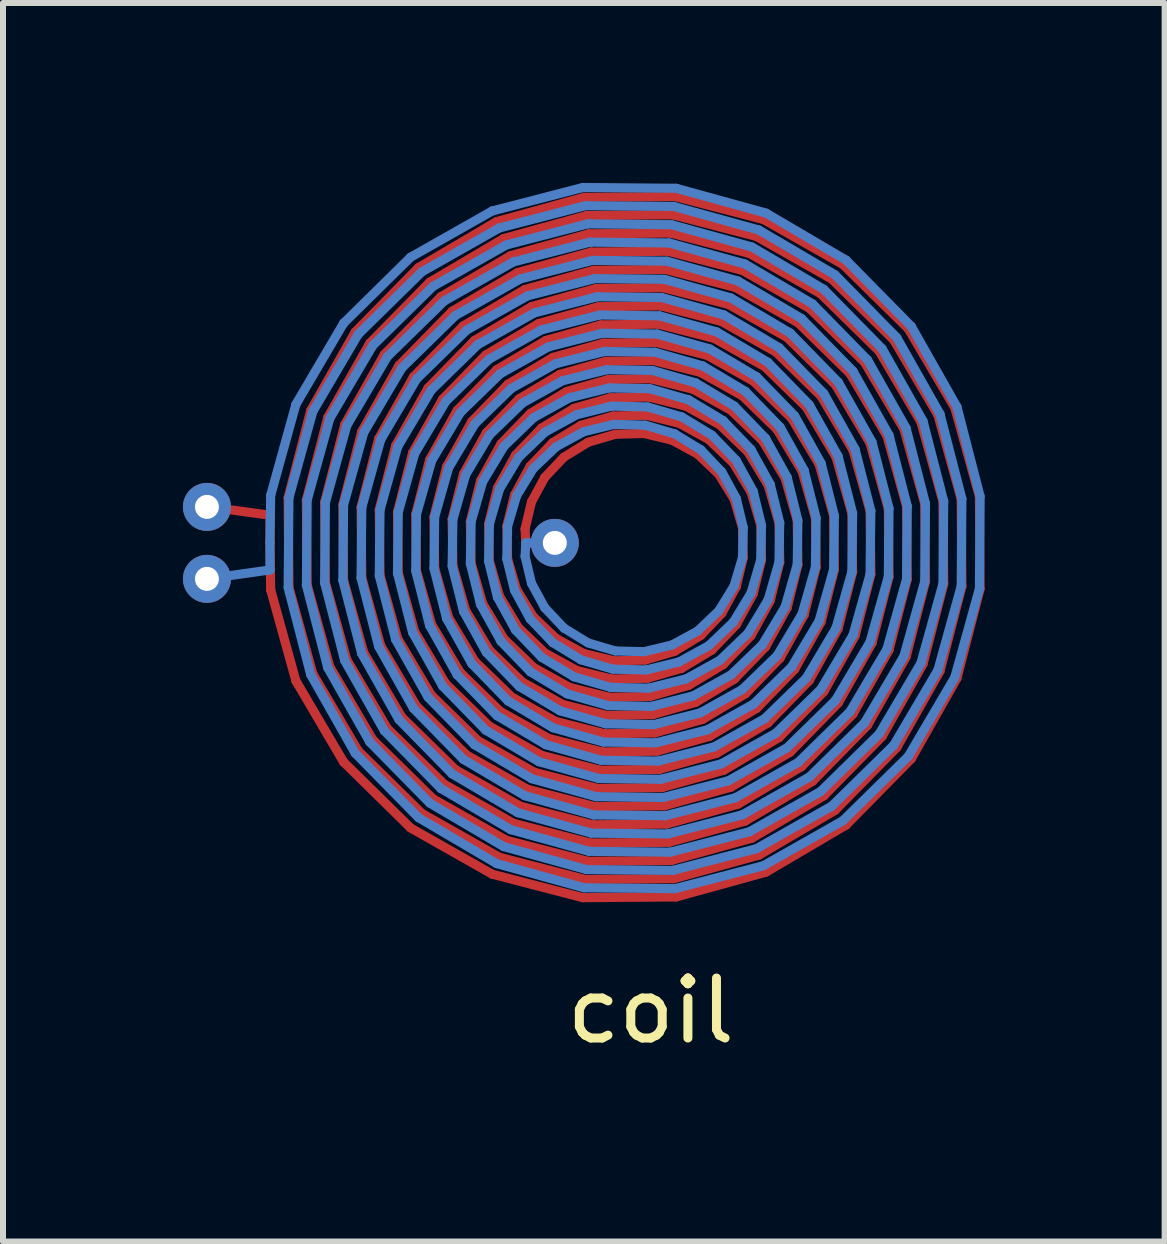
<source format=kicad_pcb>
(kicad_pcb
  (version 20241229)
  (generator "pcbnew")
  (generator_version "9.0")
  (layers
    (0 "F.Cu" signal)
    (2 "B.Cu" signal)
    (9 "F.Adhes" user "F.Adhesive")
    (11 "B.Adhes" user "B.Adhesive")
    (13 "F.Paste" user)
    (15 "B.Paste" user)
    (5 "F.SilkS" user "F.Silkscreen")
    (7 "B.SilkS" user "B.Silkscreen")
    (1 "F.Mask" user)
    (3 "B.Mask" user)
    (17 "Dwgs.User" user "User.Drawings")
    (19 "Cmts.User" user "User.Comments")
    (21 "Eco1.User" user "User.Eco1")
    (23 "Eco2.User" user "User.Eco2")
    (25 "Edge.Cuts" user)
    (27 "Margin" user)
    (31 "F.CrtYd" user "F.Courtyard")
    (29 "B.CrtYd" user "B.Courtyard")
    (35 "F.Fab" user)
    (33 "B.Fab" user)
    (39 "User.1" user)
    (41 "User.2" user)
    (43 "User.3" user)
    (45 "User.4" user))
  (footprint "coil"
    (layer "F.Cu")
    (at 7.5 6.001)
    (property "Reference" "coil" (at 0.3 7.8 0) (layer "F.SilkS") (effects (font (size 1 1) (thickness 0.15))))
    (attr exclude_from_pos_files exclude_from_bom)
    (fp_line (start -6.84 -0.57) (end -6.049 -0.461) (stroke (width 0.152) (type solid)) (layer "F.Cu"))
    (fp_line (start -6.049 -0.005) (end -6.049 -0.461) (stroke (width 0.152) (type solid)) (layer "F.Cu"))
    (fp_line (start -6.049 -0.005) (end -6.037 0.783) (stroke (width 0.152) (type solid)) (layer "F.Cu"))
    (fp_line (start -6.037 0.783) (end -5.617 2.3) (stroke (width 0.152) (type solid)) (layer "F.Cu"))
    (fp_line (start -5.746 -0.754) (end -5.733 0.743) (stroke (width 0.152) (type solid)) (layer "F.Cu"))
    (fp_line (start -5.733 0.743) (end -5.334 2.183) (stroke (width 0.152) (type solid)) (layer "F.Cu"))
    (fp_line (start -5.617 2.3) (end -4.821 3.654) (stroke (width 0.152) (type solid)) (layer "F.Cu"))
    (fp_line (start -5.442 -0.714) (end -5.429 0.703) (stroke (width 0.152) (type solid)) (layer "F.Cu"))
    (fp_line (start -5.429 0.703) (end -5.051 2.065) (stroke (width 0.152) (type solid)) (layer "F.Cu"))
    (fp_line (start -5.37 -2.207) (end -5.746 -0.754) (stroke (width 0.152) (type solid)) (layer "F.Cu"))
    (fp_line (start -5.334 2.183) (end -4.578 3.467) (stroke (width 0.152) (type solid)) (layer "F.Cu"))
    (fp_line (start -5.138 -0.674) (end -5.125 0.663) (stroke (width 0.152) (type solid)) (layer "F.Cu"))
    (fp_line (start -5.125 0.663) (end -4.768 1.948) (stroke (width 0.152) (type solid)) (layer "F.Cu"))
    (fp_line (start -5.086 -2.09) (end -5.442 -0.714) (stroke (width 0.152) (type solid)) (layer "F.Cu"))
    (fp_line (start -5.051 2.065) (end -4.335 3.281) (stroke (width 0.152) (type solid)) (layer "F.Cu"))
    (fp_line (start -4.834 -0.634) (end -4.822 0.623) (stroke (width 0.152) (type solid)) (layer "F.Cu"))
    (fp_line (start -4.822 0.623) (end -4.485 1.831) (stroke (width 0.152) (type solid)) (layer "F.Cu"))
    (fp_line (start -4.821 3.654) (end -3.704 4.753) (stroke (width 0.152) (type solid)) (layer "F.Cu"))
    (fp_line (start -4.803 -1.972) (end -5.138 -0.674) (stroke (width 0.152) (type solid)) (layer "F.Cu"))
    (fp_line (start -4.768 1.948) (end -4.092 3.094) (stroke (width 0.152) (type solid)) (layer "F.Cu"))
    (fp_line (start -4.628 -3.516) (end -5.37 -2.207) (stroke (width 0.152) (type solid)) (layer "F.Cu"))
    (fp_line (start -4.578 3.467) (end -3.517 4.51) (stroke (width 0.152) (type solid)) (layer "F.Cu"))
    (fp_line (start -4.53 -0.594) (end -4.518 0.583) (stroke (width 0.152) (type solid)) (layer "F.Cu"))
    (fp_line (start -4.52 -1.855) (end -4.834 -0.634) (stroke (width 0.152) (type solid)) (layer "F.Cu"))
    (fp_line (start -4.518 0.583) (end -4.202 1.714) (stroke (width 0.152) (type solid)) (layer "F.Cu"))
    (fp_line (start -4.485 1.831) (end -3.849 2.908) (stroke (width 0.152) (type solid)) (layer "F.Cu"))
    (fp_line (start -4.385 -3.329) (end -5.086 -2.09) (stroke (width 0.152) (type solid)) (layer "F.Cu"))
    (fp_line (start -4.335 3.281) (end -3.331 4.267) (stroke (width 0.152) (type solid)) (layer "F.Cu"))
    (fp_line (start -4.237 -1.738) (end -4.53 -0.594) (stroke (width 0.152) (type solid)) (layer "F.Cu"))
    (fp_line (start -4.227 -0.554) (end -4.214 0.543) (stroke (width 0.152) (type solid)) (layer "F.Cu"))
    (fp_line (start -4.214 0.543) (end -3.919 1.596) (stroke (width 0.152) (type solid)) (layer "F.Cu"))
    (fp_line (start -4.202 1.714) (end -3.606 2.721) (stroke (width 0.152) (type solid)) (layer "F.Cu"))
    (fp_line (start -4.142 -3.143) (end -4.803 -1.972) (stroke (width 0.152) (type solid)) (layer "F.Cu"))
    (fp_line (start -4.092 3.094) (end -3.144 4.024) (stroke (width 0.152) (type solid)) (layer "F.Cu"))
    (fp_line (start -3.954 -1.621) (end -4.227 -0.554) (stroke (width 0.152) (type solid)) (layer "F.Cu"))
    (fp_line (start -3.923 -0.514) (end -3.91 0.503) (stroke (width 0.152) (type solid)) (layer "F.Cu"))
    (fp_line (start -3.919 1.596) (end -3.362 2.534) (stroke (width 0.152) (type solid)) (layer "F.Cu"))
    (fp_line (start -3.91 0.503) (end -3.636 1.479) (stroke (width 0.152) (type solid)) (layer "F.Cu"))
    (fp_line (start -3.899 -2.956) (end -4.52 -1.855) (stroke (width 0.152) (type solid)) (layer "F.Cu"))
    (fp_line (start -3.849 2.908) (end -2.958 3.78) (stroke (width 0.152) (type solid)) (layer "F.Cu"))
    (fp_line (start -3.704 4.753) (end -2.343 5.524) (stroke (width 0.152) (type solid)) (layer "F.Cu"))
    (fp_line (start -3.671 -1.503) (end -3.923 -0.514) (stroke (width 0.152) (type solid)) (layer "F.Cu"))
    (fp_line (start -3.656 -2.769) (end -4.237 -1.738) (stroke (width 0.152) (type solid)) (layer "F.Cu"))
    (fp_line (start -3.636 1.479) (end -3.119 2.348) (stroke (width 0.152) (type solid)) (layer "F.Cu"))
    (fp_line (start -3.619 -0.474) (end -3.607 0.463) (stroke (width 0.152) (type solid)) (layer "F.Cu"))
    (fp_line (start -3.607 0.463) (end -3.353 1.362) (stroke (width 0.152) (type solid)) (layer "F.Cu"))
    (fp_line (start -3.606 2.721) (end -2.771 3.537) (stroke (width 0.152) (type solid)) (layer "F.Cu"))
    (fp_line (start -3.572 -4.59) (end -4.628 -3.516) (stroke (width 0.152) (type solid)) (layer "F.Cu"))
    (fp_line (start -3.517 4.51) (end -2.226 5.241) (stroke (width 0.152) (type solid)) (layer "F.Cu"))
    (fp_line (start -3.413 -2.583) (end -3.954 -1.621) (stroke (width 0.152) (type solid)) (layer "F.Cu"))
    (fp_line (start -3.388 -1.386) (end -3.619 -0.474) (stroke (width 0.152) (type solid)) (layer "F.Cu"))
    (fp_line (start -3.385 -4.347) (end -4.385 -3.329) (stroke (width 0.152) (type solid)) (layer "F.Cu"))
    (fp_line (start -3.362 2.534) (end -2.585 3.294) (stroke (width 0.152) (type solid)) (layer "F.Cu"))
    (fp_line (start -3.353 1.362) (end -2.876 2.161) (stroke (width 0.152) (type solid)) (layer "F.Cu"))
    (fp_line (start -3.331 4.267) (end -2.109 4.958) (stroke (width 0.152) (type solid)) (layer "F.Cu"))
    (fp_line (start -3.315 -0.434) (end -3.303 0.423) (stroke (width 0.152) (type solid)) (layer "F.Cu"))
    (fp_line (start -3.303 0.423) (end -3.07 1.245) (stroke (width 0.152) (type solid)) (layer "F.Cu"))
    (fp_line (start -3.199 -4.104) (end -4.142 -3.143) (stroke (width 0.152) (type solid)) (layer "F.Cu"))
    (fp_line (start -3.17 -2.397) (end -3.671 -1.503) (stroke (width 0.152) (type solid)) (layer "F.Cu"))
    (fp_line (start -3.144 4.024) (end -1.991 4.675) (stroke (width 0.152) (type solid)) (layer "F.Cu"))
    (fp_line (start -3.119 2.348) (end -2.398 3.051) (stroke (width 0.152) (type solid)) (layer "F.Cu"))
    (fp_line (start -3.105 -1.269) (end -3.315 -0.434) (stroke (width 0.152) (type solid)) (layer "F.Cu"))
    (fp_line (start -3.07 1.245) (end -2.633 1.975) (stroke (width 0.152) (type solid)) (layer "F.Cu"))
    (fp_line (start -3.012 -3.861) (end -3.899 -2.956) (stroke (width 0.152) (type solid)) (layer "F.Cu"))
    (fp_line (start -3.012 -0.394) (end -2.999 0.383) (stroke (width 0.152) (type solid)) (layer "F.Cu"))
    (fp_line (start -2.999 0.383) (end -2.786 1.127) (stroke (width 0.152) (type solid)) (layer "F.Cu"))
    (fp_line (start -2.958 3.78) (end -1.874 4.391) (stroke (width 0.152) (type solid)) (layer "F.Cu"))
    (fp_line (start -2.927 -2.21) (end -3.388 -1.386) (stroke (width 0.152) (type solid)) (layer "F.Cu"))
    (fp_line (start -2.876 2.161) (end -2.212 2.808) (stroke (width 0.152) (type solid)) (layer "F.Cu"))
    (fp_line (start -2.826 -3.618) (end -3.656 -2.769) (stroke (width 0.152) (type solid)) (layer "F.Cu"))
    (fp_line (start -2.822 -1.152) (end -3.012 -0.394) (stroke (width 0.152) (type solid)) (layer "F.Cu"))
    (fp_line (start -2.786 1.127) (end -2.39 1.788) (stroke (width 0.152) (type solid)) (layer "F.Cu"))
    (fp_line (start -2.771 3.537) (end -1.757 4.108) (stroke (width 0.152) (type solid)) (layer "F.Cu"))
    (fp_line (start -2.708 -0.354) (end -2.695 0.343) (stroke (width 0.152) (type solid)) (layer "F.Cu"))
    (fp_line (start -2.695 0.343) (end -2.503 1.01) (stroke (width 0.152) (type solid)) (layer "F.Cu"))
    (fp_line (start -2.684 -2.023) (end -3.105 -1.269) (stroke (width 0.152) (type solid)) (layer "F.Cu"))
    (fp_line (start -2.639 -3.375) (end -3.413 -2.583) (stroke (width 0.152) (type solid)) (layer "F.Cu"))
    (fp_line (start -2.633 1.975) (end -2.025 2.565) (stroke (width 0.152) (type solid)) (layer "F.Cu"))
    (fp_line (start -2.585 3.294) (end -1.64 3.825) (stroke (width 0.152) (type solid)) (layer "F.Cu"))
    (fp_line (start -2.539 -1.034) (end -2.708 -0.354) (stroke (width 0.152) (type solid)) (layer "F.Cu"))
    (fp_line (start -2.503 1.01) (end -2.147 1.602) (stroke (width 0.152) (type solid)) (layer "F.Cu"))
    (fp_line (start -2.453 -3.132) (end -3.17 -2.397) (stroke (width 0.152) (type solid)) (layer "F.Cu"))
    (fp_line (start -2.441 -1.837) (end -2.822 -1.152) (stroke (width 0.152) (type solid)) (layer "F.Cu"))
    (fp_line (start -2.404 -0.314) (end -2.391 0.303) (stroke (width 0.152) (type solid)) (layer "F.Cu"))
    (fp_line (start -2.398 3.051) (end -1.522 3.542) (stroke (width 0.152) (type solid)) (layer "F.Cu"))
    (fp_line (start -2.391 0.303) (end -2.22 0.893) (stroke (width 0.152) (type solid)) (layer "F.Cu"))
    (fp_line (start -2.39 1.788) (end -1.839 2.322) (stroke (width 0.152) (type solid)) (layer "F.Cu"))
    (fp_line (start -2.343 5.524) (end -0.833 5.915) (stroke (width 0.152) (type solid)) (layer "F.Cu"))
    (fp_line (start -2.27 -5.357) (end -3.572 -4.59) (stroke (width 0.152) (type solid)) (layer "F.Cu"))
    (fp_line (start -2.266 -2.889) (end -2.927 -2.21) (stroke (width 0.152) (type solid)) (layer "F.Cu"))
    (fp_line (start -2.256 -0.917) (end -2.404 -0.314) (stroke (width 0.152) (type solid)) (layer "F.Cu"))
    (fp_line (start -2.226 5.241) (end -0.793 5.612) (stroke (width 0.152) (type solid)) (layer "F.Cu"))
    (fp_line (start -2.22 0.893) (end -1.904 1.415) (stroke (width 0.152) (type solid)) (layer "F.Cu"))
    (fp_line (start -2.212 2.808) (end -1.405 3.259) (stroke (width 0.152) (type solid)) (layer "F.Cu"))
    (fp_line (start -2.198 -1.65) (end -2.539 -1.034) (stroke (width 0.152) (type solid)) (layer "F.Cu"))
    (fp_line (start -2.153 -5.074) (end -3.385 -4.347) (stroke (width 0.152) (type solid)) (layer "F.Cu"))
    (fp_line (start -2.147 1.602) (end -1.652 2.079) (stroke (width 0.152) (type solid)) (layer "F.Cu"))
    (fp_line (start -2.109 4.958) (end -0.753 5.308) (stroke (width 0.152) (type solid)) (layer "F.Cu"))
    (fp_line (start -2.1 -0.274) (end -2.088 0.263) (stroke (width 0.152) (type solid)) (layer "F.Cu"))
    (fp_line (start -2.088 0.263) (end -1.937 0.776) (stroke (width 0.152) (type solid)) (layer "F.Cu"))
    (fp_line (start -2.079 -2.646) (end -2.684 -2.023) (stroke (width 0.152) (type solid)) (layer "F.Cu"))
    (fp_line (start -2.035 -4.79) (end -3.199 -4.104) (stroke (width 0.152) (type solid)) (layer "F.Cu"))
    (fp_line (start -2.025 2.565) (end -1.288 2.976) (stroke (width 0.152) (type solid)) (layer "F.Cu"))
    (fp_line (start -1.991 4.675) (end -0.713 5.004) (stroke (width 0.152) (type solid)) (layer "F.Cu"))
    (fp_line (start -1.972 -0.8) (end -2.1 -0.274) (stroke (width 0.152) (type solid)) (layer "F.Cu"))
    (fp_line (start -1.955 -1.464) (end -2.256 -0.917) (stroke (width 0.152) (type solid)) (layer "F.Cu"))
    (fp_line (start -1.937 0.776) (end -1.661 1.229) (stroke (width 0.152) (type solid)) (layer "F.Cu"))
    (fp_line (start -1.918 -4.507) (end -3.012 -3.861) (stroke (width 0.152) (type solid)) (layer "F.Cu"))
    (fp_line (start -1.904 1.415) (end -1.466 1.836) (stroke (width 0.152) (type solid)) (layer "F.Cu"))
    (fp_line (start -1.893 -2.403) (end -2.441 -1.837) (stroke (width 0.152) (type solid)) (layer "F.Cu"))
    (fp_line (start -1.874 4.391) (end -0.673 4.7) (stroke (width 0.152) (type solid)) (layer "F.Cu"))
    (fp_line (start -1.839 2.322) (end -1.171 2.693) (stroke (width 0.152) (type solid)) (layer "F.Cu"))
    (fp_line (start -1.801 -4.224) (end -2.826 -3.618) (stroke (width 0.152) (type solid)) (layer "F.Cu"))
    (fp_line (start -1.796 -0.234) (end -1.784 0) (stroke (width 0.152) (type solid)) (layer "F.Cu"))
    (fp_line (start -1.757 4.108) (end -0.633 4.397) (stroke (width 0.152) (type solid)) (layer "F.Cu"))
    (fp_line (start -1.712 -1.277) (end -1.972 -0.8) (stroke (width 0.152) (type solid)) (layer "F.Cu"))
    (fp_line (start -1.706 -2.159) (end -2.198 -1.65) (stroke (width 0.152) (type solid)) (layer "F.Cu"))
    (fp_line (start -1.689 -0.683) (end -1.796 -0.234) (stroke (width 0.152) (type solid)) (layer "F.Cu"))
    (fp_line (start -1.684 -3.941) (end -2.639 -3.375) (stroke (width 0.152) (type solid)) (layer "F.Cu"))
    (fp_line (start -1.661 1.229) (end -1.279 1.593) (stroke (width 0.152) (type solid)) (layer "F.Cu"))
    (fp_line (start -1.652 2.079) (end -1.053 2.41) (stroke (width 0.152) (type solid)) (layer "F.Cu"))
    (fp_line (start -1.64 3.825) (end -0.593 4.093) (stroke (width 0.152) (type solid)) (layer "F.Cu"))
    (fp_line (start -1.566 -3.658) (end -2.453 -3.132) (stroke (width 0.152) (type solid)) (layer "F.Cu"))
    (fp_line (start -1.522 3.542) (end -0.553 3.789) (stroke (width 0.152) (type solid)) (layer "F.Cu"))
    (fp_line (start -1.52 -1.916) (end -1.955 -1.464) (stroke (width 0.152) (type solid)) (layer "F.Cu"))
    (fp_line (start -1.468 -1.091) (end -1.689 -0.683) (stroke (width 0.152) (type solid)) (layer "F.Cu"))
    (fp_line (start -1.466 1.836) (end -0.936 2.127) (stroke (width 0.152) (type solid)) (layer "F.Cu"))
    (fp_line (start -1.449 -3.375) (end -2.266 -2.889) (stroke (width 0.152) (type solid)) (layer "F.Cu"))
    (fp_line (start -1.405 3.259) (end -0.513 3.485) (stroke (width 0.152) (type solid)) (layer "F.Cu"))
    (fp_line (start -1.333 -1.673) (end -1.712 -1.277) (stroke (width 0.152) (type solid)) (layer "F.Cu"))
    (fp_line (start -1.332 -3.092) (end -2.079 -2.646) (stroke (width 0.152) (type solid)) (layer "F.Cu"))
    (fp_line (start -1.3 0.005) (end -1.784 0) (stroke (width 0.152) (type solid)) (layer "F.Cu"))
    (fp_line (start -1.288 2.976) (end -0.473 3.182) (stroke (width 0.152) (type solid)) (layer "F.Cu"))
    (fp_line (start -1.279 1.593) (end -0.819 1.844) (stroke (width 0.152) (type solid)) (layer "F.Cu"))
    (fp_line (start -1.215 -2.809) (end -1.893 -2.403) (stroke (width 0.152) (type solid)) (layer "F.Cu"))
    (fp_line (start -1.171 2.693) (end -0.433 2.878) (stroke (width 0.152) (type solid)) (layer "F.Cu"))
    (fp_line (start -1.147 -1.43) (end -1.468 -1.091) (stroke (width 0.152) (type solid)) (layer "F.Cu"))
    (fp_line (start -1.097 -2.526) (end -1.706 -2.159) (stroke (width 0.152) (type solid)) (layer "F.Cu"))
    (fp_line (start -1.053 2.41) (end -0.393 2.574) (stroke (width 0.152) (type solid)) (layer "F.Cu"))
    (fp_line (start -0.98 -2.243) (end -1.52 -1.916) (stroke (width 0.152) (type solid)) (layer "F.Cu"))
    (fp_line (start -0.936 2.127) (end -0.353 2.27) (stroke (width 0.152) (type solid)) (layer "F.Cu"))
    (fp_line (start -0.863 -1.96) (end -1.333 -1.673) (stroke (width 0.152) (type solid)) (layer "F.Cu"))
    (fp_line (start -0.833 5.915) (end 0.725 5.903) (stroke (width 0.152) (type solid)) (layer "F.Cu"))
    (fp_line (start -0.819 1.844) (end -0.313 1.966) (stroke (width 0.152) (type solid)) (layer "F.Cu"))
    (fp_line (start -0.811 -5.761) (end -2.27 -5.357) (stroke (width 0.152) (type solid)) (layer "F.Cu"))
    (fp_line (start -0.793 5.612) (end 0.685 5.599) (stroke (width 0.152) (type solid)) (layer "F.Cu"))
    (fp_line (start -0.771 -5.457) (end -2.153 -5.074) (stroke (width 0.152) (type solid)) (layer "F.Cu"))
    (fp_line (start -0.753 5.308) (end 0.645 5.295) (stroke (width 0.152) (type solid)) (layer "F.Cu"))
    (fp_line (start -0.746 -1.677) (end -1.147 -1.43) (stroke (width 0.152) (type solid)) (layer "F.Cu"))
    (fp_line (start -0.731 -5.153) (end -2.035 -4.79) (stroke (width 0.152) (type solid)) (layer "F.Cu"))
    (fp_line (start -0.713 5.004) (end 0.605 4.992) (stroke (width 0.152) (type solid)) (layer "F.Cu"))
    (fp_line (start -0.691 -4.849) (end -1.918 -4.507) (stroke (width 0.152) (type solid)) (layer "F.Cu"))
    (fp_line (start -0.673 4.7) (end 0.565 4.688) (stroke (width 0.152) (type solid)) (layer "F.Cu"))
    (fp_line (start -0.651 -4.545) (end -1.801 -4.224) (stroke (width 0.152) (type solid)) (layer "F.Cu"))
    (fp_line (start -0.633 4.397) (end 0.525 4.384) (stroke (width 0.152) (type solid)) (layer "F.Cu"))
    (fp_line (start -0.611 -4.242) (end -1.684 -3.941) (stroke (width 0.152) (type solid)) (layer "F.Cu"))
    (fp_line (start -0.593 4.093) (end 0.485 4.08) (stroke (width 0.152) (type solid)) (layer "F.Cu"))
    (fp_line (start -0.571 -3.938) (end -1.566 -3.658) (stroke (width 0.152) (type solid)) (layer "F.Cu"))
    (fp_line (start -0.553 3.789) (end 0.445 3.776) (stroke (width 0.152) (type solid)) (layer "F.Cu"))
    (fp_line (start -0.531 -3.634) (end -1.449 -3.375) (stroke (width 0.152) (type solid)) (layer "F.Cu"))
    (fp_line (start -0.513 3.485) (end 0.405 3.473) (stroke (width 0.152) (type solid)) (layer "F.Cu"))
    (fp_line (start -0.491 -3.33) (end -1.332 -3.092) (stroke (width 0.152) (type solid)) (layer "F.Cu"))
    (fp_line (start -0.473 3.182) (end 0.365 3.169) (stroke (width 0.152) (type solid)) (layer "F.Cu"))
    (fp_line (start -0.451 -3.027) (end -1.215 -2.809) (stroke (width 0.152) (type solid)) (layer "F.Cu"))
    (fp_line (start -0.433 2.878) (end 0.325 2.865) (stroke (width 0.152) (type solid)) (layer "F.Cu"))
    (fp_line (start -0.411 -2.723) (end -1.097 -2.526) (stroke (width 0.152) (type solid)) (layer "F.Cu"))
    (fp_line (start -0.393 2.574) (end 0.285 2.561) (stroke (width 0.152) (type solid)) (layer "F.Cu"))
    (fp_line (start -0.371 -2.419) (end -0.98 -2.243) (stroke (width 0.152) (type solid)) (layer "F.Cu"))
    (fp_line (start -0.353 2.27) (end 0.245 2.257) (stroke (width 0.152) (type solid)) (layer "F.Cu"))
    (fp_line (start -0.331 -2.115) (end -0.863 -1.96) (stroke (width 0.152) (type solid)) (layer "F.Cu"))
    (fp_line (start -0.313 1.966) (end 0.205 1.954) (stroke (width 0.152) (type solid)) (layer "F.Cu"))
    (fp_line (start -0.291 -1.811) (end -0.746 -1.677) (stroke (width 0.152) (type solid)) (layer "F.Cu"))
    (fp_line (start 0.186 -1.824) (end -0.291 -1.811) (stroke (width 0.152) (type solid)) (layer "F.Cu"))
    (fp_line (start 0.205 1.954) (end 0.698 1.808) (stroke (width 0.152) (type solid)) (layer "F.Cu"))
    (fp_line (start 0.226 -2.128) (end -0.331 -2.115) (stroke (width 0.152) (type solid)) (layer "F.Cu"))
    (fp_line (start 0.245 2.257) (end 0.815 2.091) (stroke (width 0.152) (type solid)) (layer "F.Cu"))
    (fp_line (start 0.266 -2.432) (end -0.371 -2.419) (stroke (width 0.152) (type solid)) (layer "F.Cu"))
    (fp_line (start 0.285 2.561) (end 0.932 2.375) (stroke (width 0.152) (type solid)) (layer "F.Cu"))
    (fp_line (start 0.306 -2.735) (end -0.411 -2.723) (stroke (width 0.152) (type solid)) (layer "F.Cu"))
    (fp_line (start 0.325 2.865) (end 1.05 2.658) (stroke (width 0.152) (type solid)) (layer "F.Cu"))
    (fp_line (start 0.346 -3.039) (end -0.451 -3.027) (stroke (width 0.152) (type solid)) (layer "F.Cu"))
    (fp_line (start 0.365 3.169) (end 1.167 2.941) (stroke (width 0.152) (type solid)) (layer "F.Cu"))
    (fp_line (start 0.386 -3.343) (end -0.491 -3.33) (stroke (width 0.152) (type solid)) (layer "F.Cu"))
    (fp_line (start 0.405 3.473) (end 1.284 3.224) (stroke (width 0.152) (type solid)) (layer "F.Cu"))
    (fp_line (start 0.426 -3.647) (end -0.531 -3.634) (stroke (width 0.152) (type solid)) (layer "F.Cu"))
    (fp_line (start 0.445 3.776) (end 1.401 3.507) (stroke (width 0.152) (type solid)) (layer "F.Cu"))
    (fp_line (start 0.466 -3.951) (end -0.571 -3.938) (stroke (width 0.152) (type solid)) (layer "F.Cu"))
    (fp_line (start 0.485 4.08) (end 1.519 3.79) (stroke (width 0.152) (type solid)) (layer "F.Cu"))
    (fp_line (start 0.506 -4.254) (end -0.611 -4.242) (stroke (width 0.152) (type solid)) (layer "F.Cu"))
    (fp_line (start 0.525 4.384) (end 1.636 4.073) (stroke (width 0.152) (type solid)) (layer "F.Cu"))
    (fp_line (start 0.546 -4.558) (end -0.651 -4.545) (stroke (width 0.152) (type solid)) (layer "F.Cu"))
    (fp_line (start 0.565 4.688) (end 1.753 4.356) (stroke (width 0.152) (type solid)) (layer "F.Cu"))
    (fp_line (start 0.586 -4.862) (end -0.691 -4.849) (stroke (width 0.152) (type solid)) (layer "F.Cu"))
    (fp_line (start 0.605 4.992) (end 1.871 4.639) (stroke (width 0.152) (type solid)) (layer "F.Cu"))
    (fp_line (start 0.626 -5.166) (end -0.731 -5.153) (stroke (width 0.152) (type solid)) (layer "F.Cu"))
    (fp_line (start 0.645 5.295) (end 1.988 4.922) (stroke (width 0.152) (type solid)) (layer "F.Cu"))
    (fp_line (start 0.654 -1.712) (end 0.186 -1.824) (stroke (width 0.152) (type solid)) (layer "F.Cu"))
    (fp_line (start 0.666 -5.47) (end -0.771 -5.457) (stroke (width 0.152) (type solid)) (layer "F.Cu"))
    (fp_line (start 0.685 5.599) (end 2.105 5.205) (stroke (width 0.152) (type solid)) (layer "F.Cu"))
    (fp_line (start 0.698 1.808) (end 1.134 1.542) (stroke (width 0.152) (type solid)) (layer "F.Cu"))
    (fp_line (start 0.706 -5.773) (end -0.811 -5.761) (stroke (width 0.152) (type solid)) (layer "F.Cu"))
    (fp_line (start 0.725 5.903) (end 2.222 5.489) (stroke (width 0.152) (type solid)) (layer "F.Cu"))
    (fp_line (start 0.771 -1.995) (end 0.226 -2.128) (stroke (width 0.152) (type solid)) (layer "F.Cu"))
    (fp_line (start 0.815 2.091) (end 1.32 1.785) (stroke (width 0.152) (type solid)) (layer "F.Cu"))
    (fp_line (start 0.888 -2.278) (end 0.266 -2.432) (stroke (width 0.152) (type solid)) (layer "F.Cu"))
    (fp_line (start 0.932 2.375) (end 1.507 2.028) (stroke (width 0.152) (type solid)) (layer "F.Cu"))
    (fp_line (start 1.006 -2.561) (end 0.306 -2.735) (stroke (width 0.152) (type solid)) (layer "F.Cu"))
    (fp_line (start 1.05 2.658) (end 1.693 2.271) (stroke (width 0.152) (type solid)) (layer "F.Cu"))
    (fp_line (start 1.079 -1.481) (end 0.654 -1.712) (stroke (width 0.152) (type solid)) (layer "F.Cu"))
    (fp_line (start 1.123 -2.844) (end 0.346 -3.039) (stroke (width 0.152) (type solid)) (layer "F.Cu"))
    (fp_line (start 1.134 1.542) (end 1.484 1.174) (stroke (width 0.152) (type solid)) (layer "F.Cu"))
    (fp_line (start 1.167 2.941) (end 1.88 2.514) (stroke (width 0.152) (type solid)) (layer "F.Cu"))
    (fp_line (start 1.24 -3.127) (end 0.386 -3.343) (stroke (width 0.152) (type solid)) (layer "F.Cu"))
    (fp_line (start 1.266 -1.724) (end 0.771 -1.995) (stroke (width 0.152) (type solid)) (layer "F.Cu"))
    (fp_line (start 1.284 3.224) (end 2.067 2.757) (stroke (width 0.152) (type solid)) (layer "F.Cu"))
    (fp_line (start 1.32 1.785) (end 1.727 1.361) (stroke (width 0.152) (type solid)) (layer "F.Cu"))
    (fp_line (start 1.357 -3.41) (end 0.426 -3.647) (stroke (width 0.152) (type solid)) (layer "F.Cu"))
    (fp_line (start 1.401 3.507) (end 2.253 3.001) (stroke (width 0.152) (type solid)) (layer "F.Cu"))
    (fp_line (start 1.433 -1.145) (end 1.079 -1.481) (stroke (width 0.152) (type solid)) (layer "F.Cu"))
    (fp_line (start 1.452 -1.967) (end 0.888 -2.278) (stroke (width 0.152) (type solid)) (layer "F.Cu"))
    (fp_line (start 1.475 -3.693) (end 0.466 -3.951) (stroke (width 0.152) (type solid)) (layer "F.Cu"))
    (fp_line (start 1.484 1.174) (end 1.725 0.732) (stroke (width 0.152) (type solid)) (layer "F.Cu"))
    (fp_line (start 1.507 2.028) (end 1.97 1.548) (stroke (width 0.152) (type solid)) (layer "F.Cu"))
    (fp_line (start 1.519 3.79) (end 2.44 3.244) (stroke (width 0.152) (type solid)) (layer "F.Cu"))
    (fp_line (start 1.592 -3.977) (end 0.506 -4.254) (stroke (width 0.152) (type solid)) (layer "F.Cu"))
    (fp_line (start 1.636 4.073) (end 2.626 3.487) (stroke (width 0.152) (type solid)) (layer "F.Cu"))
    (fp_line (start 1.639 -2.21) (end 1.006 -2.561) (stroke (width 0.152) (type solid)) (layer "F.Cu"))
    (fp_line (start 1.676 -1.332) (end 1.266 -1.724) (stroke (width 0.152) (type solid)) (layer "F.Cu"))
    (fp_line (start 1.689 -0.727) (end 1.433 -1.145) (stroke (width 0.152) (type solid)) (layer "F.Cu"))
    (fp_line (start 1.693 2.271) (end 2.213 1.734) (stroke (width 0.152) (type solid)) (layer "F.Cu"))
    (fp_line (start 1.709 -4.26) (end 0.546 -4.558) (stroke (width 0.152) (type solid)) (layer "F.Cu"))
    (fp_line (start 1.725 0.732) (end 1.842 0.245) (stroke (width 0.152) (type solid)) (layer "F.Cu"))
    (fp_line (start 1.727 1.361) (end 2.008 0.849) (stroke (width 0.152) (type solid)) (layer "F.Cu"))
    (fp_line (start 1.753 4.356) (end 2.813 3.73) (stroke (width 0.152) (type solid)) (layer "F.Cu"))
    (fp_line (start 1.826 -2.453) (end 1.123 -2.844) (stroke (width 0.152) (type solid)) (layer "F.Cu"))
    (fp_line (start 1.827 -4.543) (end 0.586 -4.862) (stroke (width 0.152) (type solid)) (layer "F.Cu"))
    (fp_line (start 1.829 -0.253) (end 1.689 -0.727) (stroke (width 0.152) (type solid)) (layer "F.Cu"))
    (fp_line (start 1.842 0.245) (end 1.829 -0.253) (stroke (width 0.152) (type solid)) (layer "F.Cu"))
    (fp_line (start 1.871 4.639) (end 2.999 3.973) (stroke (width 0.152) (type solid)) (layer "F.Cu"))
    (fp_line (start 1.88 2.514) (end 2.456 1.921) (stroke (width 0.152) (type solid)) (layer "F.Cu"))
    (fp_line (start 1.919 -1.518) (end 1.452 -1.967) (stroke (width 0.152) (type solid)) (layer "F.Cu"))
    (fp_line (start 1.944 -4.826) (end 0.626 -5.166) (stroke (width 0.152) (type solid)) (layer "F.Cu"))
    (fp_line (start 1.97 1.548) (end 2.291 0.966) (stroke (width 0.152) (type solid)) (layer "F.Cu"))
    (fp_line (start 1.972 -0.844) (end 1.676 -1.332) (stroke (width 0.152) (type solid)) (layer "F.Cu"))
    (fp_line (start 1.988 4.922) (end 3.186 4.216) (stroke (width 0.152) (type solid)) (layer "F.Cu"))
    (fp_line (start 2.008 0.849) (end 2.146 0.285) (stroke (width 0.152) (type solid)) (layer "F.Cu"))
    (fp_line (start 2.012 -2.696) (end 1.24 -3.127) (stroke (width 0.152) (type solid)) (layer "F.Cu"))
    (fp_line (start 2.061 -5.109) (end 0.666 -5.47) (stroke (width 0.152) (type solid)) (layer "F.Cu"))
    (fp_line (start 2.067 2.757) (end 2.699 2.107) (stroke (width 0.152) (type solid)) (layer "F.Cu"))
    (fp_line (start 2.105 5.205) (end 3.372 4.459) (stroke (width 0.152) (type solid)) (layer "F.Cu"))
    (fp_line (start 2.133 -0.293) (end 1.972 -0.844) (stroke (width 0.152) (type solid)) (layer "F.Cu"))
    (fp_line (start 2.146 0.285) (end 2.133 -0.293) (stroke (width 0.152) (type solid)) (layer "F.Cu"))
    (fp_line (start 2.162 -1.705) (end 1.639 -2.21) (stroke (width 0.152) (type solid)) (layer "F.Cu"))
    (fp_line (start 2.178 -5.392) (end 0.706 -5.773) (stroke (width 0.152) (type solid)) (layer "F.Cu"))
    (fp_line (start 2.199 -2.939) (end 1.357 -3.41) (stroke (width 0.152) (type solid)) (layer "F.Cu"))
    (fp_line (start 2.213 1.734) (end 2.574 1.083) (stroke (width 0.152) (type solid)) (layer "F.Cu"))
    (fp_line (start 2.222 5.489) (end 3.559 4.702) (stroke (width 0.152) (type solid)) (layer "F.Cu"))
    (fp_line (start 2.253 3.001) (end 2.942 2.294) (stroke (width 0.152) (type solid)) (layer "F.Cu"))
    (fp_line (start 2.256 -0.961) (end 1.919 -1.518) (stroke (width 0.152) (type solid)) (layer "F.Cu"))
    (fp_line (start 2.291 0.966) (end 2.45 0.325) (stroke (width 0.152) (type solid)) (layer "F.Cu"))
    (fp_line (start 2.385 -3.183) (end 1.475 -3.693) (stroke (width 0.152) (type solid)) (layer "F.Cu"))
    (fp_line (start 2.405 -1.891) (end 1.826 -2.453) (stroke (width 0.152) (type solid)) (layer "F.Cu"))
    (fp_line (start 2.437 -0.333) (end 2.256 -0.961) (stroke (width 0.152) (type solid)) (layer "F.Cu"))
    (fp_line (start 2.44 3.244) (end 3.185 2.48) (stroke (width 0.152) (type solid)) (layer "F.Cu"))
    (fp_line (start 2.45 0.325) (end 2.437 -0.333) (stroke (width 0.152) (type solid)) (layer "F.Cu"))
    (fp_line (start 2.456 1.921) (end 2.857 1.201) (stroke (width 0.152) (type solid)) (layer "F.Cu"))
    (fp_line (start 2.539 -1.078) (end 2.162 -1.705) (stroke (width 0.152) (type solid)) (layer "F.Cu"))
    (fp_line (start 2.572 -3.426) (end 1.592 -3.977) (stroke (width 0.152) (type solid)) (layer "F.Cu"))
    (fp_line (start 2.574 1.083) (end 2.753 0.365) (stroke (width 0.152) (type solid)) (layer "F.Cu"))
    (fp_line (start 2.626 3.487) (end 3.428 2.667) (stroke (width 0.152) (type solid)) (layer "F.Cu"))
    (fp_line (start 2.648 -2.078) (end 2.012 -2.696) (stroke (width 0.152) (type solid)) (layer "F.Cu"))
    (fp_line (start 2.699 2.107) (end 3.14 1.318) (stroke (width 0.152) (type solid)) (layer "F.Cu"))
    (fp_line (start 2.741 -0.373) (end 2.539 -1.078) (stroke (width 0.152) (type solid)) (layer "F.Cu"))
    (fp_line (start 2.753 0.365) (end 2.741 -0.373) (stroke (width 0.152) (type solid)) (layer "F.Cu"))
    (fp_line (start 2.758 -3.669) (end 1.709 -4.26) (stroke (width 0.152) (type solid)) (layer "F.Cu"))
    (fp_line (start 2.813 3.73) (end 3.671 2.853) (stroke (width 0.152) (type solid)) (layer "F.Cu"))
    (fp_line (start 2.822 -1.196) (end 2.405 -1.891) (stroke (width 0.152) (type solid)) (layer "F.Cu"))
    (fp_line (start 2.857 1.201) (end 3.057 0.405) (stroke (width 0.152) (type solid)) (layer "F.Cu"))
    (fp_line (start 2.892 -2.264) (end 2.199 -2.939) (stroke (width 0.152) (type solid)) (layer "F.Cu"))
    (fp_line (start 2.942 2.294) (end 3.423 1.435) (stroke (width 0.152) (type solid)) (layer "F.Cu"))
    (fp_line (start 2.945 -3.912) (end 1.827 -4.543) (stroke (width 0.152) (type solid)) (layer "F.Cu"))
    (fp_line (start 2.999 3.973) (end 3.914 3.04) (stroke (width 0.152) (type solid)) (layer "F.Cu"))
    (fp_line (start 3.045 -0.413) (end 2.822 -1.196) (stroke (width 0.152) (type solid)) (layer "F.Cu"))
    (fp_line (start 3.057 0.405) (end 3.045 -0.413) (stroke (width 0.152) (type solid)) (layer "F.Cu"))
    (fp_line (start 3.105 -1.313) (end 2.648 -2.078) (stroke (width 0.152) (type solid)) (layer "F.Cu"))
    (fp_line (start 3.131 -4.155) (end 1.944 -4.826) (stroke (width 0.152) (type solid)) (layer "F.Cu"))
    (fp_line (start 3.135 -2.451) (end 2.385 -3.183) (stroke (width 0.152) (type solid)) (layer "F.Cu"))
    (fp_line (start 3.14 1.318) (end 3.361 0.445) (stroke (width 0.152) (type solid)) (layer "F.Cu"))
    (fp_line (start 3.185 2.48) (end 3.706 1.552) (stroke (width 0.152) (type solid)) (layer "F.Cu"))
    (fp_line (start 3.186 4.216) (end 4.158 3.226) (stroke (width 0.152) (type solid)) (layer "F.Cu"))
    (fp_line (start 3.318 -4.398) (end 2.061 -5.109) (stroke (width 0.152) (type solid)) (layer "F.Cu"))
    (fp_line (start 3.348 -0.453) (end 3.105 -1.313) (stroke (width 0.152) (type solid)) (layer "F.Cu"))
    (fp_line (start 3.361 0.445) (end 3.348 -0.453) (stroke (width 0.152) (type solid)) (layer "F.Cu"))
    (fp_line (start 3.372 4.459) (end 4.401 3.413) (stroke (width 0.152) (type solid)) (layer "F.Cu"))
    (fp_line (start 3.378 -2.637) (end 2.572 -3.426) (stroke (width 0.152) (type solid)) (layer "F.Cu"))
    (fp_line (start 3.388 -1.43) (end 2.892 -2.264) (stroke (width 0.152) (type solid)) (layer "F.Cu"))
    (fp_line (start 3.423 1.435) (end 3.665 0.485) (stroke (width 0.152) (type solid)) (layer "F.Cu"))
    (fp_line (start 3.428 2.667) (end 3.989 1.67) (stroke (width 0.152) (type solid)) (layer "F.Cu"))
    (fp_line (start 3.504 -4.641) (end 2.178 -5.392) (stroke (width 0.152) (type solid)) (layer "F.Cu"))
    (fp_line (start 3.559 4.702) (end 4.644 3.599) (stroke (width 0.152) (type solid)) (layer "F.Cu"))
    (fp_line (start 3.621 -2.824) (end 2.758 -3.669) (stroke (width 0.152) (type solid)) (layer "F.Cu"))
    (fp_line (start 3.652 -0.493) (end 3.388 -1.43) (stroke (width 0.152) (type solid)) (layer "F.Cu"))
    (fp_line (start 3.665 0.485) (end 3.652 -0.493) (stroke (width 0.152) (type solid)) (layer "F.Cu"))
    (fp_line (start 3.671 -1.547) (end 3.135 -2.451) (stroke (width 0.152) (type solid)) (layer "F.Cu"))
    (fp_line (start 3.671 2.853) (end 4.272 1.787) (stroke (width 0.152) (type solid)) (layer "F.Cu"))
    (fp_line (start 3.706 1.552) (end 3.969 0.525) (stroke (width 0.152) (type solid)) (layer "F.Cu"))
    (fp_line (start 3.864 -3.01) (end 2.945 -3.912) (stroke (width 0.152) (type solid)) (layer "F.Cu"))
    (fp_line (start 3.914 3.04) (end 4.556 1.904) (stroke (width 0.152) (type solid)) (layer "F.Cu"))
    (fp_line (start 3.954 -1.665) (end 3.378 -2.637) (stroke (width 0.152) (type solid)) (layer "F.Cu"))
    (fp_line (start 3.956 -0.533) (end 3.671 -1.547) (stroke (width 0.152) (type solid)) (layer "F.Cu"))
    (fp_line (start 3.969 0.525) (end 3.956 -0.533) (stroke (width 0.152) (type solid)) (layer "F.Cu"))
    (fp_line (start 3.989 1.67) (end 4.272 0.565) (stroke (width 0.152) (type solid)) (layer "F.Cu"))
    (fp_line (start 4.107 -3.197) (end 3.131 -4.155) (stroke (width 0.152) (type solid)) (layer "F.Cu"))
    (fp_line (start 4.158 3.226) (end 4.839 2.021) (stroke (width 0.152) (type solid)) (layer "F.Cu"))
    (fp_line (start 4.237 -1.782) (end 3.621 -2.824) (stroke (width 0.152) (type solid)) (layer "F.Cu"))
    (fp_line (start 4.26 -0.573) (end 3.954 -1.665) (stroke (width 0.152) (type solid)) (layer "F.Cu"))
    (fp_line (start 4.272 0.565) (end 4.26 -0.573) (stroke (width 0.152) (type solid)) (layer "F.Cu"))
    (fp_line (start 4.272 1.787) (end 4.576 0.605) (stroke (width 0.152) (type solid)) (layer "F.Cu"))
    (fp_line (start 4.35 -3.384) (end 3.318 -4.398) (stroke (width 0.152) (type solid)) (layer "F.Cu"))
    (fp_line (start 4.401 3.413) (end 5.122 2.139) (stroke (width 0.152) (type solid)) (layer "F.Cu"))
    (fp_line (start 4.52 -1.899) (end 3.864 -3.01) (stroke (width 0.152) (type solid)) (layer "F.Cu"))
    (fp_line (start 4.556 1.904) (end 4.88 0.645) (stroke (width 0.152) (type solid)) (layer "F.Cu"))
    (fp_line (start 4.564 -0.613) (end 4.237 -1.782) (stroke (width 0.152) (type solid)) (layer "F.Cu"))
    (fp_line (start 4.576 0.605) (end 4.564 -0.613) (stroke (width 0.152) (type solid)) (layer "F.Cu"))
    (fp_line (start 4.593 -3.57) (end 3.504 -4.641) (stroke (width 0.152) (type solid)) (layer "F.Cu"))
    (fp_line (start 4.644 3.599) (end 5.405 2.256) (stroke (width 0.152) (type solid)) (layer "F.Cu"))
    (fp_line (start 4.803 -2.016) (end 4.107 -3.197) (stroke (width 0.152) (type solid)) (layer "F.Cu"))
    (fp_line (start 4.839 2.021) (end 5.184 0.685) (stroke (width 0.152) (type solid)) (layer "F.Cu"))
    (fp_line (start 4.867 -0.653) (end 4.52 -1.899) (stroke (width 0.152) (type solid)) (layer "F.Cu"))
    (fp_line (start 4.88 0.645) (end 4.867 -0.653) (stroke (width 0.152) (type solid)) (layer "F.Cu"))
    (fp_line (start 5.086 -2.134) (end 4.35 -3.384) (stroke (width 0.152) (type solid)) (layer "F.Cu"))
    (fp_line (start 5.122 2.139) (end 5.487 0.725) (stroke (width 0.152) (type solid)) (layer "F.Cu"))
    (fp_line (start 5.171 -0.693) (end 4.803 -2.016) (stroke (width 0.152) (type solid)) (layer "F.Cu"))
    (fp_line (start 5.184 0.685) (end 5.171 -0.693) (stroke (width 0.152) (type solid)) (layer "F.Cu"))
    (fp_line (start 5.369 -2.251) (end 4.593 -3.57) (stroke (width 0.152) (type solid)) (layer "F.Cu"))
    (fp_line (start 5.405 2.256) (end 5.791 0.765) (stroke (width 0.152) (type solid)) (layer "F.Cu"))
    (fp_line (start 5.475 -0.733) (end 5.086 -2.134) (stroke (width 0.152) (type solid)) (layer "F.Cu"))
    (fp_line (start 5.487 0.725) (end 5.475 -0.733) (stroke (width 0.152) (type solid)) (layer "F.Cu"))
    (fp_line (start 5.779 -0.773) (end 5.369 -2.251) (stroke (width 0.152) (type solid)) (layer "F.Cu"))
    (fp_line (start 5.791 0.765) (end 5.779 -0.773) (stroke (width 0.152) (type solid)) (layer "F.Cu"))
    (fp_line (start -7.1 0.6) (end -6.049 0.451) (stroke (width 0.152) (type solid)) (layer "B.Cu"))
    (fp_line (start -6.049 -0.005) (end -6.049 0.451) (stroke (width 0.152) (type solid)) (layer "B.Cu"))
    (fp_line (start -6.049 -0.005) (end -6.037 -0.793) (stroke (width 0.152) (type solid)) (layer "B.Cu"))
    (fp_line (start -6.037 -0.793) (end -5.617 -2.309) (stroke (width 0.152) (type solid)) (layer "B.Cu"))
    (fp_line (start -5.746 0.745) (end -5.733 -0.753) (stroke (width 0.152) (type solid)) (layer "B.Cu"))
    (fp_line (start -5.733 -0.753) (end -5.334 -2.192) (stroke (width 0.152) (type solid)) (layer "B.Cu"))
    (fp_line (start -5.617 -2.309) (end -4.821 -3.663) (stroke (width 0.152) (type solid)) (layer "B.Cu"))
    (fp_line (start -5.442 0.705) (end -5.429 -0.713) (stroke (width 0.152) (type solid)) (layer "B.Cu"))
    (fp_line (start -5.429 -0.713) (end -5.051 -2.075) (stroke (width 0.152) (type solid)) (layer "B.Cu"))
    (fp_line (start -5.37 2.197) (end -5.746 0.745) (stroke (width 0.152) (type solid)) (layer "B.Cu"))
    (fp_line (start -5.334 -2.192) (end -4.578 -3.477) (stroke (width 0.152) (type solid)) (layer "B.Cu"))
    (fp_line (start -5.138 0.665) (end -5.125 -0.673) (stroke (width 0.152) (type solid)) (layer "B.Cu"))
    (fp_line (start -5.125 -0.673) (end -4.768 -1.958) (stroke (width 0.152) (type solid)) (layer "B.Cu"))
    (fp_line (start -5.086 2.08) (end -5.442 0.705) (stroke (width 0.152) (type solid)) (layer "B.Cu"))
    (fp_line (start -5.051 -2.075) (end -4.335 -3.29) (stroke (width 0.152) (type solid)) (layer "B.Cu"))
    (fp_line (start -4.834 0.625) (end -4.822 -0.633) (stroke (width 0.152) (type solid)) (layer "B.Cu"))
    (fp_line (start -4.822 -0.633) (end -4.485 -1.841) (stroke (width 0.152) (type solid)) (layer "B.Cu"))
    (fp_line (start -4.821 -3.663) (end -3.704 -4.763) (stroke (width 0.152) (type solid)) (layer "B.Cu"))
    (fp_line (start -4.803 1.963) (end -5.138 0.665) (stroke (width 0.152) (type solid)) (layer "B.Cu"))
    (fp_line (start -4.768 -1.958) (end -4.092 -3.104) (stroke (width 0.152) (type solid)) (layer "B.Cu"))
    (fp_line (start -4.628 3.506) (end -5.37 2.197) (stroke (width 0.152) (type solid)) (layer "B.Cu"))
    (fp_line (start -4.578 -3.477) (end -3.517 -4.519) (stroke (width 0.152) (type solid)) (layer "B.Cu"))
    (fp_line (start -4.53 0.585) (end -4.518 -0.593) (stroke (width 0.152) (type solid)) (layer "B.Cu"))
    (fp_line (start -4.52 1.845) (end -4.834 0.625) (stroke (width 0.152) (type solid)) (layer "B.Cu"))
    (fp_line (start -4.518 -0.593) (end -4.202 -1.723) (stroke (width 0.152) (type solid)) (layer "B.Cu"))
    (fp_line (start -4.485 -1.841) (end -3.849 -2.917) (stroke (width 0.152) (type solid)) (layer "B.Cu"))
    (fp_line (start -4.385 3.32) (end -5.086 2.08) (stroke (width 0.152) (type solid)) (layer "B.Cu"))
    (fp_line (start -4.335 -3.29) (end -3.331 -4.276) (stroke (width 0.152) (type solid)) (layer "B.Cu"))
    (fp_line (start -4.237 1.728) (end -4.53 0.585) (stroke (width 0.152) (type solid)) (layer "B.Cu"))
    (fp_line (start -4.227 0.545) (end -4.214 -0.553) (stroke (width 0.152) (type solid)) (layer "B.Cu"))
    (fp_line (start -4.214 -0.553) (end -3.919 -1.606) (stroke (width 0.152) (type solid)) (layer "B.Cu"))
    (fp_line (start -4.202 -1.723) (end -3.606 -2.731) (stroke (width 0.152) (type solid)) (layer "B.Cu"))
    (fp_line (start -4.142 3.133) (end -4.803 1.963) (stroke (width 0.152) (type solid)) (layer "B.Cu"))
    (fp_line (start -4.092 -3.104) (end -3.144 -4.033) (stroke (width 0.152) (type solid)) (layer "B.Cu"))
    (fp_line (start -3.954 1.611) (end -4.227 0.545) (stroke (width 0.152) (type solid)) (layer "B.Cu"))
    (fp_line (start -3.923 0.505) (end -3.91 -0.513) (stroke (width 0.152) (type solid)) (layer "B.Cu"))
    (fp_line (start -3.919 -1.606) (end -3.362 -2.544) (stroke (width 0.152) (type solid)) (layer "B.Cu"))
    (fp_line (start -3.91 -0.513) (end -3.636 -1.489) (stroke (width 0.152) (type solid)) (layer "B.Cu"))
    (fp_line (start -3.899 2.946) (end -4.52 1.845) (stroke (width 0.152) (type solid)) (layer "B.Cu"))
    (fp_line (start -3.849 -2.917) (end -2.958 -3.79) (stroke (width 0.152) (type solid)) (layer "B.Cu"))
    (fp_line (start -3.704 -4.763) (end -2.343 -5.534) (stroke (width 0.152) (type solid)) (layer "B.Cu"))
    (fp_line (start -3.671 1.494) (end -3.923 0.505) (stroke (width 0.152) (type solid)) (layer "B.Cu"))
    (fp_line (start -3.656 2.76) (end -4.237 1.728) (stroke (width 0.152) (type solid)) (layer "B.Cu"))
    (fp_line (start -3.636 -1.489) (end -3.119 -2.358) (stroke (width 0.152) (type solid)) (layer "B.Cu"))
    (fp_line (start -3.619 0.465) (end -3.607 -0.473) (stroke (width 0.152) (type solid)) (layer "B.Cu"))
    (fp_line (start -3.607 -0.473) (end -3.353 -1.371) (stroke (width 0.152) (type solid)) (layer "B.Cu"))
    (fp_line (start -3.606 -2.731) (end -2.771 -3.547) (stroke (width 0.152) (type solid)) (layer "B.Cu"))
    (fp_line (start -3.572 4.581) (end -4.628 3.506) (stroke (width 0.152) (type solid)) (layer "B.Cu"))
    (fp_line (start -3.517 -4.519) (end -2.226 -5.25) (stroke (width 0.152) (type solid)) (layer "B.Cu"))
    (fp_line (start -3.413 2.573) (end -3.954 1.611) (stroke (width 0.152) (type solid)) (layer "B.Cu"))
    (fp_line (start -3.388 1.377) (end -3.619 0.465) (stroke (width 0.152) (type solid)) (layer "B.Cu"))
    (fp_line (start -3.385 4.338) (end -4.385 3.32) (stroke (width 0.152) (type solid)) (layer "B.Cu"))
    (fp_line (start -3.362 -2.544) (end -2.585 -3.304) (stroke (width 0.152) (type solid)) (layer "B.Cu"))
    (fp_line (start -3.353 -1.371) (end -2.876 -2.171) (stroke (width 0.152) (type solid)) (layer "B.Cu"))
    (fp_line (start -3.331 -4.276) (end -2.109 -4.967) (stroke (width 0.152) (type solid)) (layer "B.Cu"))
    (fp_line (start -3.315 0.425) (end -3.303 -0.433) (stroke (width 0.152) (type solid)) (layer "B.Cu"))
    (fp_line (start -3.303 -0.433) (end -3.07 -1.254) (stroke (width 0.152) (type solid)) (layer "B.Cu"))
    (fp_line (start -3.199 4.095) (end -4.142 3.133) (stroke (width 0.152) (type solid)) (layer "B.Cu"))
    (fp_line (start -3.17 2.387) (end -3.671 1.494) (stroke (width 0.152) (type solid)) (layer "B.Cu"))
    (fp_line (start -3.144 -4.033) (end -1.991 -4.684) (stroke (width 0.152) (type solid)) (layer "B.Cu"))
    (fp_line (start -3.119 -2.358) (end -2.398 -3.061) (stroke (width 0.152) (type solid)) (layer "B.Cu"))
    (fp_line (start -3.105 1.259) (end -3.315 0.425) (stroke (width 0.152) (type solid)) (layer "B.Cu"))
    (fp_line (start -3.07 -1.254) (end -2.633 -1.985) (stroke (width 0.152) (type solid)) (layer "B.Cu"))
    (fp_line (start -3.012 3.851) (end -3.899 2.946) (stroke (width 0.152) (type solid)) (layer "B.Cu"))
    (fp_line (start -3.012 0.385) (end -2.999 -0.393) (stroke (width 0.152) (type solid)) (layer "B.Cu"))
    (fp_line (start -2.999 -0.393) (end -2.786 -1.137) (stroke (width 0.152) (type solid)) (layer "B.Cu"))
    (fp_line (start -2.958 -3.79) (end -1.874 -4.401) (stroke (width 0.152) (type solid)) (layer "B.Cu"))
    (fp_line (start -2.927 2.2) (end -3.388 1.377) (stroke (width 0.152) (type solid)) (layer "B.Cu"))
    (fp_line (start -2.876 -2.171) (end -2.212 -2.818) (stroke (width 0.152) (type solid)) (layer "B.Cu"))
    (fp_line (start -2.826 3.608) (end -3.656 2.76) (stroke (width 0.152) (type solid)) (layer "B.Cu"))
    (fp_line (start -2.822 1.142) (end -3.012 0.385) (stroke (width 0.152) (type solid)) (layer "B.Cu"))
    (fp_line (start -2.786 -1.137) (end -2.39 -1.798) (stroke (width 0.152) (type solid)) (layer "B.Cu"))
    (fp_line (start -2.771 -3.547) (end -1.757 -4.118) (stroke (width 0.152) (type solid)) (layer "B.Cu"))
    (fp_line (start -2.708 0.345) (end -2.695 -0.353) (stroke (width 0.152) (type solid)) (layer "B.Cu"))
    (fp_line (start -2.695 -0.353) (end -2.503 -1.02) (stroke (width 0.152) (type solid)) (layer "B.Cu"))
    (fp_line (start -2.684 2.014) (end -3.105 1.259) (stroke (width 0.152) (type solid)) (layer "B.Cu"))
    (fp_line (start -2.639 3.365) (end -3.413 2.573) (stroke (width 0.152) (type solid)) (layer "B.Cu"))
    (fp_line (start -2.633 -1.985) (end -2.025 -2.575) (stroke (width 0.152) (type solid)) (layer "B.Cu"))
    (fp_line (start -2.585 -3.304) (end -1.64 -3.835) (stroke (width 0.152) (type solid)) (layer "B.Cu"))
    (fp_line (start -2.539 1.025) (end -2.708 0.345) (stroke (width 0.152) (type solid)) (layer "B.Cu"))
    (fp_line (start -2.503 -1.02) (end -2.147 -1.611) (stroke (width 0.152) (type solid)) (layer "B.Cu"))
    (fp_line (start -2.453 3.122) (end -3.17 2.387) (stroke (width 0.152) (type solid)) (layer "B.Cu"))
    (fp_line (start -2.441 1.827) (end -2.822 1.142) (stroke (width 0.152) (type solid)) (layer "B.Cu"))
    (fp_line (start -2.404 0.305) (end -2.391 -0.313) (stroke (width 0.152) (type solid)) (layer "B.Cu"))
    (fp_line (start -2.398 -3.061) (end -1.522 -3.552) (stroke (width 0.152) (type solid)) (layer "B.Cu"))
    (fp_line (start -2.391 -0.313) (end -2.22 -0.902) (stroke (width 0.152) (type solid)) (layer "B.Cu"))
    (fp_line (start -2.39 -1.798) (end -1.839 -2.332) (stroke (width 0.152) (type solid)) (layer "B.Cu"))
    (fp_line (start -2.343 -5.534) (end -0.833 -5.925) (stroke (width 0.152) (type solid)) (layer "B.Cu"))
    (fp_line (start -2.27 5.347) (end -3.572 4.581) (stroke (width 0.152) (type solid)) (layer "B.Cu"))
    (fp_line (start -2.266 2.879) (end -2.927 2.2) (stroke (width 0.152) (type solid)) (layer "B.Cu"))
    (fp_line (start -2.256 0.907) (end -2.404 0.305) (stroke (width 0.152) (type solid)) (layer "B.Cu"))
    (fp_line (start -2.226 -5.25) (end -0.793 -5.621) (stroke (width 0.152) (type solid)) (layer "B.Cu"))
    (fp_line (start -2.22 -0.902) (end -1.904 -1.425) (stroke (width 0.152) (type solid)) (layer "B.Cu"))
    (fp_line (start -2.212 -2.818) (end -1.405 -3.269) (stroke (width 0.152) (type solid)) (layer "B.Cu"))
    (fp_line (start -2.198 1.641) (end -2.539 1.025) (stroke (width 0.152) (type solid)) (layer "B.Cu"))
    (fp_line (start -2.153 5.064) (end -3.385 4.338) (stroke (width 0.152) (type solid)) (layer "B.Cu"))
    (fp_line (start -2.147 -1.611) (end -1.652 -2.089) (stroke (width 0.152) (type solid)) (layer "B.Cu"))
    (fp_line (start -2.109 -4.967) (end -0.753 -5.318) (stroke (width 0.152) (type solid)) (layer "B.Cu"))
    (fp_line (start -2.1 0.265) (end -2.088 -0.273) (stroke (width 0.152) (type solid)) (layer "B.Cu"))
    (fp_line (start -2.088 -0.273) (end -1.937 -0.785) (stroke (width 0.152) (type solid)) (layer "B.Cu"))
    (fp_line (start -2.079 2.636) (end -2.684 2.014) (stroke (width 0.152) (type solid)) (layer "B.Cu"))
    (fp_line (start -2.035 4.781) (end -3.199 4.095) (stroke (width 0.152) (type solid)) (layer "B.Cu"))
    (fp_line (start -2.025 -2.575) (end -1.288 -2.986) (stroke (width 0.152) (type solid)) (layer "B.Cu"))
    (fp_line (start -1.991 -4.684) (end -0.713 -5.014) (stroke (width 0.152) (type solid)) (layer "B.Cu"))
    (fp_line (start -1.972 0.79) (end -2.1 0.265) (stroke (width 0.152) (type solid)) (layer "B.Cu"))
    (fp_line (start -1.955 1.454) (end -2.256 0.907) (stroke (width 0.152) (type solid)) (layer "B.Cu"))
    (fp_line (start -1.937 -0.785) (end -1.661 -1.238) (stroke (width 0.152) (type solid)) (layer "B.Cu"))
    (fp_line (start -1.918 4.498) (end -3.012 3.851) (stroke (width 0.152) (type solid)) (layer "B.Cu"))
    (fp_line (start -1.904 -1.425) (end -1.466 -1.845) (stroke (width 0.152) (type solid)) (layer "B.Cu"))
    (fp_line (start -1.893 2.393) (end -2.441 1.827) (stroke (width 0.152) (type solid)) (layer "B.Cu"))
    (fp_line (start -1.874 -4.401) (end -0.673 -4.71) (stroke (width 0.152) (type solid)) (layer "B.Cu"))
    (fp_line (start -1.839 -2.332) (end -1.171 -2.703) (stroke (width 0.152) (type solid)) (layer "B.Cu"))
    (fp_line (start -1.801 4.215) (end -2.826 3.608) (stroke (width 0.152) (type solid)) (layer "B.Cu"))
    (fp_line (start -1.796 0.225) (end -1.784 0) (stroke (width 0.152) (type solid)) (layer "B.Cu"))
    (fp_line (start -1.784 0) (end -1.3 0) (stroke (width 0.152) (type solid)) (layer "B.Cu"))
    (fp_line (start -1.757 -4.118) (end -0.633 -4.406) (stroke (width 0.152) (type solid)) (layer "B.Cu"))
    (fp_line (start -1.712 1.268) (end -1.972 0.79) (stroke (width 0.152) (type solid)) (layer "B.Cu"))
    (fp_line (start -1.706 2.15) (end -2.198 1.641) (stroke (width 0.152) (type solid)) (layer "B.Cu"))
    (fp_line (start -1.689 0.673) (end -1.796 0.225) (stroke (width 0.152) (type solid)) (layer "B.Cu"))
    (fp_line (start -1.684 3.932) (end -2.639 3.365) (stroke (width 0.152) (type solid)) (layer "B.Cu"))
    (fp_line (start -1.661 -1.238) (end -1.279 -1.602) (stroke (width 0.152) (type solid)) (layer "B.Cu"))
    (fp_line (start -1.652 -2.089) (end -1.053 -2.42) (stroke (width 0.152) (type solid)) (layer "B.Cu"))
    (fp_line (start -1.64 -3.835) (end -0.593 -4.103) (stroke (width 0.152) (type solid)) (layer "B.Cu"))
    (fp_line (start -1.566 3.648) (end -2.453 3.122) (stroke (width 0.152) (type solid)) (layer "B.Cu"))
    (fp_line (start -1.522 -3.552) (end -0.553 -3.799) (stroke (width 0.152) (type solid)) (layer "B.Cu"))
    (fp_line (start -1.52 1.907) (end -1.955 1.454) (stroke (width 0.152) (type solid)) (layer "B.Cu"))
    (fp_line (start -1.468 1.081) (end -1.689 0.673) (stroke (width 0.152) (type solid)) (layer "B.Cu"))
    (fp_line (start -1.466 -1.845) (end -0.936 -2.136) (stroke (width 0.152) (type solid)) (layer "B.Cu"))
    (fp_line (start -1.449 3.365) (end -2.266 2.879) (stroke (width 0.152) (type solid)) (layer "B.Cu"))
    (fp_line (start -1.405 -3.269) (end -0.513 -3.495) (stroke (width 0.152) (type solid)) (layer "B.Cu"))
    (fp_line (start -1.333 1.664) (end -1.712 1.268) (stroke (width 0.152) (type solid)) (layer "B.Cu"))
    (fp_line (start -1.332 3.082) (end -2.079 2.636) (stroke (width 0.152) (type solid)) (layer "B.Cu"))
    (fp_line (start -1.288 -2.986) (end -0.473 -3.191) (stroke (width 0.152) (type solid)) (layer "B.Cu"))
    (fp_line (start -1.279 -1.602) (end -0.819 -1.853) (stroke (width 0.152) (type solid)) (layer "B.Cu"))
    (fp_line (start -1.215 2.799) (end -1.893 2.393) (stroke (width 0.152) (type solid)) (layer "B.Cu"))
    (fp_line (start -1.171 -2.703) (end -0.433 -2.887) (stroke (width 0.152) (type solid)) (layer "B.Cu"))
    (fp_line (start -1.147 1.421) (end -1.468 1.081) (stroke (width 0.152) (type solid)) (layer "B.Cu"))
    (fp_line (start -1.097 2.516) (end -1.706 2.15) (stroke (width 0.152) (type solid)) (layer "B.Cu"))
    (fp_line (start -1.053 -2.42) (end -0.393 -2.583) (stroke (width 0.152) (type solid)) (layer "B.Cu"))
    (fp_line (start -0.98 2.233) (end -1.52 1.907) (stroke (width 0.152) (type solid)) (layer "B.Cu"))
    (fp_line (start -0.936 -2.136) (end -0.353 -2.28) (stroke (width 0.152) (type solid)) (layer "B.Cu"))
    (fp_line (start -0.863 1.95) (end -1.333 1.664) (stroke (width 0.152) (type solid)) (layer "B.Cu"))
    (fp_line (start -0.833 -5.925) (end 0.725 -5.912) (stroke (width 0.152) (type solid)) (layer "B.Cu"))
    (fp_line (start -0.819 -1.853) (end -0.313 -1.976) (stroke (width 0.152) (type solid)) (layer "B.Cu"))
    (fp_line (start -0.811 5.751) (end -2.27 5.347) (stroke (width 0.152) (type solid)) (layer "B.Cu"))
    (fp_line (start -0.793 -5.621) (end 0.685 -5.609) (stroke (width 0.152) (type solid)) (layer "B.Cu"))
    (fp_line (start -0.771 5.447) (end -2.153 5.064) (stroke (width 0.152) (type solid)) (layer "B.Cu"))
    (fp_line (start -0.753 -5.318) (end 0.645 -5.305) (stroke (width 0.152) (type solid)) (layer "B.Cu"))
    (fp_line (start -0.746 1.667) (end -1.147 1.421) (stroke (width 0.152) (type solid)) (layer "B.Cu"))
    (fp_line (start -0.731 5.143) (end -2.035 4.781) (stroke (width 0.152) (type solid)) (layer "B.Cu"))
    (fp_line (start -0.713 -5.014) (end 0.605 -5.001) (stroke (width 0.152) (type solid)) (layer "B.Cu"))
    (fp_line (start -0.691 4.84) (end -1.918 4.498) (stroke (width 0.152) (type solid)) (layer "B.Cu"))
    (fp_line (start -0.673 -4.71) (end 0.565 -4.697) (stroke (width 0.152) (type solid)) (layer "B.Cu"))
    (fp_line (start -0.651 4.536) (end -1.801 4.215) (stroke (width 0.152) (type solid)) (layer "B.Cu"))
    (fp_line (start -0.633 -4.406) (end 0.525 -4.394) (stroke (width 0.152) (type solid)) (layer "B.Cu"))
    (fp_line (start -0.611 4.232) (end -1.684 3.932) (stroke (width 0.152) (type solid)) (layer "B.Cu"))
    (fp_line (start -0.593 -4.103) (end 0.485 -4.09) (stroke (width 0.152) (type solid)) (layer "B.Cu"))
    (fp_line (start -0.571 3.928) (end -1.566 3.648) (stroke (width 0.152) (type solid)) (layer "B.Cu"))
    (fp_line (start -0.553 -3.799) (end 0.445 -3.786) (stroke (width 0.152) (type solid)) (layer "B.Cu"))
    (fp_line (start -0.531 3.624) (end -1.449 3.365) (stroke (width 0.152) (type solid)) (layer "B.Cu"))
    (fp_line (start -0.513 -3.495) (end 0.405 -3.482) (stroke (width 0.152) (type solid)) (layer "B.Cu"))
    (fp_line (start -0.491 3.321) (end -1.332 3.082) (stroke (width 0.152) (type solid)) (layer "B.Cu"))
    (fp_line (start -0.473 -3.191) (end 0.365 -3.179) (stroke (width 0.152) (type solid)) (layer "B.Cu"))
    (fp_line (start -0.451 3.017) (end -1.215 2.799) (stroke (width 0.152) (type solid)) (layer "B.Cu"))
    (fp_line (start -0.433 -2.887) (end 0.325 -2.875) (stroke (width 0.152) (type solid)) (layer "B.Cu"))
    (fp_line (start -0.411 2.713) (end -1.097 2.516) (stroke (width 0.152) (type solid)) (layer "B.Cu"))
    (fp_line (start -0.393 -2.583) (end 0.285 -2.571) (stroke (width 0.152) (type solid)) (layer "B.Cu"))
    (fp_line (start -0.371 2.409) (end -0.98 2.233) (stroke (width 0.152) (type solid)) (layer "B.Cu"))
    (fp_line (start -0.353 -2.28) (end 0.245 -2.267) (stroke (width 0.152) (type solid)) (layer "B.Cu"))
    (fp_line (start -0.331 2.106) (end -0.863 1.95) (stroke (width 0.152) (type solid)) (layer "B.Cu"))
    (fp_line (start -0.313 -1.976) (end 0.205 -1.963) (stroke (width 0.152) (type solid)) (layer "B.Cu"))
    (fp_line (start -0.291 1.802) (end -0.746 1.667) (stroke (width 0.152) (type solid)) (layer "B.Cu"))
    (fp_line (start 0.186 1.814) (end -0.291 1.802) (stroke (width 0.152) (type solid)) (layer "B.Cu"))
    (fp_line (start 0.205 -1.963) (end 0.698 -1.818) (stroke (width 0.152) (type solid)) (layer "B.Cu"))
    (fp_line (start 0.226 2.118) (end -0.331 2.106) (stroke (width 0.152) (type solid)) (layer "B.Cu"))
    (fp_line (start 0.245 -2.267) (end 0.815 -2.101) (stroke (width 0.152) (type solid)) (layer "B.Cu"))
    (fp_line (start 0.266 2.422) (end -0.371 2.409) (stroke (width 0.152) (type solid)) (layer "B.Cu"))
    (fp_line (start 0.285 -2.571) (end 0.932 -2.384) (stroke (width 0.152) (type solid)) (layer "B.Cu"))
    (fp_line (start 0.306 2.726) (end -0.411 2.713) (stroke (width 0.152) (type solid)) (layer "B.Cu"))
    (fp_line (start 0.325 -2.875) (end 1.05 -2.667) (stroke (width 0.152) (type solid)) (layer "B.Cu"))
    (fp_line (start 0.346 3.03) (end -0.451 3.017) (stroke (width 0.152) (type solid)) (layer "B.Cu"))
    (fp_line (start 0.365 -3.179) (end 1.167 -2.95) (stroke (width 0.152) (type solid)) (layer "B.Cu"))
    (fp_line (start 0.386 3.333) (end -0.491 3.321) (stroke (width 0.152) (type solid)) (layer "B.Cu"))
    (fp_line (start 0.405 -3.482) (end 1.284 -3.233) (stroke (width 0.152) (type solid)) (layer "B.Cu"))
    (fp_line (start 0.426 3.637) (end -0.531 3.624) (stroke (width 0.152) (type solid)) (layer "B.Cu"))
    (fp_line (start 0.445 -3.786) (end 1.401 -3.517) (stroke (width 0.152) (type solid)) (layer "B.Cu"))
    (fp_line (start 0.466 3.941) (end -0.571 3.928) (stroke (width 0.152) (type solid)) (layer "B.Cu"))
    (fp_line (start 0.485 -4.09) (end 1.519 -3.8) (stroke (width 0.152) (type solid)) (layer "B.Cu"))
    (fp_line (start 0.506 4.245) (end -0.611 4.232) (stroke (width 0.152) (type solid)) (layer "B.Cu"))
    (fp_line (start 0.525 -4.394) (end 1.636 -4.083) (stroke (width 0.152) (type solid)) (layer "B.Cu"))
    (fp_line (start 0.546 4.548) (end -0.651 4.536) (stroke (width 0.152) (type solid)) (layer "B.Cu"))
    (fp_line (start 0.565 -4.697) (end 1.753 -4.366) (stroke (width 0.152) (type solid)) (layer "B.Cu"))
    (fp_line (start 0.586 4.852) (end -0.691 4.84) (stroke (width 0.152) (type solid)) (layer "B.Cu"))
    (fp_line (start 0.605 -5.001) (end 1.871 -4.649) (stroke (width 0.152) (type solid)) (layer "B.Cu"))
    (fp_line (start 0.626 5.156) (end -0.731 5.143) (stroke (width 0.152) (type solid)) (layer "B.Cu"))
    (fp_line (start 0.645 -5.305) (end 1.988 -4.932) (stroke (width 0.152) (type solid)) (layer "B.Cu"))
    (fp_line (start 0.654 1.702) (end 0.186 1.814) (stroke (width 0.152) (type solid)) (layer "B.Cu"))
    (fp_line (start 0.666 5.46) (end -0.771 5.447) (stroke (width 0.152) (type solid)) (layer "B.Cu"))
    (fp_line (start 0.685 -5.609) (end 2.105 -5.215) (stroke (width 0.152) (type solid)) (layer "B.Cu"))
    (fp_line (start 0.698 -1.818) (end 1.134 -1.552) (stroke (width 0.152) (type solid)) (layer "B.Cu"))
    (fp_line (start 0.706 5.764) (end -0.811 5.751) (stroke (width 0.152) (type solid)) (layer "B.Cu"))
    (fp_line (start 0.725 -5.912) (end 2.222 -5.498) (stroke (width 0.152) (type solid)) (layer "B.Cu"))
    (fp_line (start 0.771 1.985) (end 0.226 2.118) (stroke (width 0.152) (type solid)) (layer "B.Cu"))
    (fp_line (start 0.815 -2.101) (end 1.32 -1.795) (stroke (width 0.152) (type solid)) (layer "B.Cu"))
    (fp_line (start 0.888 2.268) (end 0.266 2.422) (stroke (width 0.152) (type solid)) (layer "B.Cu"))
    (fp_line (start 0.932 -2.384) (end 1.507 -2.038) (stroke (width 0.152) (type solid)) (layer "B.Cu"))
    (fp_line (start 1.006 2.551) (end 0.306 2.726) (stroke (width 0.152) (type solid)) (layer "B.Cu"))
    (fp_line (start 1.05 -2.667) (end 1.693 -2.281) (stroke (width 0.152) (type solid)) (layer "B.Cu"))
    (fp_line (start 1.079 1.471) (end 0.654 1.702) (stroke (width 0.152) (type solid)) (layer "B.Cu"))
    (fp_line (start 1.123 2.835) (end 0.346 3.03) (stroke (width 0.152) (type solid)) (layer "B.Cu"))
    (fp_line (start 1.134 -1.552) (end 1.484 -1.184) (stroke (width 0.152) (type solid)) (layer "B.Cu"))
    (fp_line (start 1.167 -2.95) (end 1.88 -2.524) (stroke (width 0.152) (type solid)) (layer "B.Cu"))
    (fp_line (start 1.24 3.118) (end 0.386 3.333) (stroke (width 0.152) (type solid)) (layer "B.Cu"))
    (fp_line (start 1.266 1.714) (end 0.771 1.985) (stroke (width 0.152) (type solid)) (layer "B.Cu"))
    (fp_line (start 1.284 -3.233) (end 2.067 -2.767) (stroke (width 0.152) (type solid)) (layer "B.Cu"))
    (fp_line (start 1.32 -1.795) (end 1.727 -1.371) (stroke (width 0.152) (type solid)) (layer "B.Cu"))
    (fp_line (start 1.357 3.401) (end 0.426 3.637) (stroke (width 0.152) (type solid)) (layer "B.Cu"))
    (fp_line (start 1.401 -3.517) (end 2.253 -3.01) (stroke (width 0.152) (type solid)) (layer "B.Cu"))
    (fp_line (start 1.433 1.135) (end 1.079 1.471) (stroke (width 0.152) (type solid)) (layer "B.Cu"))
    (fp_line (start 1.452 1.957) (end 0.888 2.268) (stroke (width 0.152) (type solid)) (layer "B.Cu"))
    (fp_line (start 1.475 3.684) (end 0.466 3.941) (stroke (width 0.152) (type solid)) (layer "B.Cu"))
    (fp_line (start 1.484 -1.184) (end 1.725 -0.741) (stroke (width 0.152) (type solid)) (layer "B.Cu"))
    (fp_line (start 1.507 -2.038) (end 1.97 -1.557) (stroke (width 0.152) (type solid)) (layer "B.Cu"))
    (fp_line (start 1.519 -3.8) (end 2.44 -3.253) (stroke (width 0.152) (type solid)) (layer "B.Cu"))
    (fp_line (start 1.592 3.967) (end 0.506 4.245) (stroke (width 0.152) (type solid)) (layer "B.Cu"))
    (fp_line (start 1.636 -4.083) (end 2.626 -3.497) (stroke (width 0.152) (type solid)) (layer "B.Cu"))
    (fp_line (start 1.639 2.2) (end 1.006 2.551) (stroke (width 0.152) (type solid)) (layer "B.Cu"))
    (fp_line (start 1.676 1.322) (end 1.266 1.714) (stroke (width 0.152) (type solid)) (layer "B.Cu"))
    (fp_line (start 1.689 0.717) (end 1.433 1.135) (stroke (width 0.152) (type solid)) (layer "B.Cu"))
    (fp_line (start 1.693 -2.281) (end 2.213 -1.744) (stroke (width 0.152) (type solid)) (layer "B.Cu"))
    (fp_line (start 1.709 4.25) (end 0.546 4.548) (stroke (width 0.152) (type solid)) (layer "B.Cu"))
    (fp_line (start 1.725 -0.741) (end 1.842 -0.254) (stroke (width 0.152) (type solid)) (layer "B.Cu"))
    (fp_line (start 1.727 -1.371) (end 2.008 -0.859) (stroke (width 0.152) (type solid)) (layer "B.Cu"))
    (fp_line (start 1.753 -4.366) (end 2.813 -3.74) (stroke (width 0.152) (type solid)) (layer "B.Cu"))
    (fp_line (start 1.826 2.443) (end 1.123 2.835) (stroke (width 0.152) (type solid)) (layer "B.Cu"))
    (fp_line (start 1.827 4.533) (end 0.586 4.852) (stroke (width 0.152) (type solid)) (layer "B.Cu"))
    (fp_line (start 1.829 0.243) (end 1.689 0.717) (stroke (width 0.152) (type solid)) (layer "B.Cu"))
    (fp_line (start 1.842 -0.254) (end 1.829 0.243) (stroke (width 0.152) (type solid)) (layer "B.Cu"))
    (fp_line (start 1.871 -4.649) (end 2.999 -3.983) (stroke (width 0.152) (type solid)) (layer "B.Cu"))
    (fp_line (start 1.88 -2.524) (end 2.456 -1.93) (stroke (width 0.152) (type solid)) (layer "B.Cu"))
    (fp_line (start 1.919 1.509) (end 1.452 1.957) (stroke (width 0.152) (type solid)) (layer "B.Cu"))
    (fp_line (start 1.944 4.816) (end 0.626 5.156) (stroke (width 0.152) (type solid)) (layer "B.Cu"))
    (fp_line (start 1.97 -1.557) (end 2.291 -0.976) (stroke (width 0.152) (type solid)) (layer "B.Cu"))
    (fp_line (start 1.972 0.834) (end 1.676 1.322) (stroke (width 0.152) (type solid)) (layer "B.Cu"))
    (fp_line (start 1.988 -4.932) (end 3.186 -4.226) (stroke (width 0.152) (type solid)) (layer "B.Cu"))
    (fp_line (start 2.008 -0.859) (end 2.146 -0.294) (stroke (width 0.152) (type solid)) (layer "B.Cu"))
    (fp_line (start 2.012 2.687) (end 1.24 3.118) (stroke (width 0.152) (type solid)) (layer "B.Cu"))
    (fp_line (start 2.061 5.099) (end 0.666 5.46) (stroke (width 0.152) (type solid)) (layer "B.Cu"))
    (fp_line (start 2.067 -2.767) (end 2.699 -2.117) (stroke (width 0.152) (type solid)) (layer "B.Cu"))
    (fp_line (start 2.105 -5.215) (end 3.372 -4.469) (stroke (width 0.152) (type solid)) (layer "B.Cu"))
    (fp_line (start 2.133 0.283) (end 1.972 0.834) (stroke (width 0.152) (type solid)) (layer "B.Cu"))
    (fp_line (start 2.146 -0.294) (end 2.133 0.283) (stroke (width 0.152) (type solid)) (layer "B.Cu"))
    (fp_line (start 2.162 1.695) (end 1.639 2.2) (stroke (width 0.152) (type solid)) (layer "B.Cu"))
    (fp_line (start 2.178 5.382) (end 0.706 5.764) (stroke (width 0.152) (type solid)) (layer "B.Cu"))
    (fp_line (start 2.199 2.93) (end 1.357 3.401) (stroke (width 0.152) (type solid)) (layer "B.Cu"))
    (fp_line (start 2.213 -1.744) (end 2.574 -1.093) (stroke (width 0.152) (type solid)) (layer "B.Cu"))
    (fp_line (start 2.222 -5.498) (end 3.559 -4.712) (stroke (width 0.152) (type solid)) (layer "B.Cu"))
    (fp_line (start 2.253 -3.01) (end 2.942 -2.303) (stroke (width 0.152) (type solid)) (layer "B.Cu"))
    (fp_line (start 2.256 0.951) (end 1.919 1.509) (stroke (width 0.152) (type solid)) (layer "B.Cu"))
    (fp_line (start 2.291 -0.976) (end 2.45 -0.334) (stroke (width 0.152) (type solid)) (layer "B.Cu"))
    (fp_line (start 2.385 3.173) (end 1.475 3.684) (stroke (width 0.152) (type solid)) (layer "B.Cu"))
    (fp_line (start 2.405 1.882) (end 1.826 2.443) (stroke (width 0.152) (type solid)) (layer "B.Cu"))
    (fp_line (start 2.437 0.323) (end 2.256 0.951) (stroke (width 0.152) (type solid)) (layer "B.Cu"))
    (fp_line (start 2.44 -3.253) (end 3.185 -2.49) (stroke (width 0.152) (type solid)) (layer "B.Cu"))
    (fp_line (start 2.45 -0.334) (end 2.437 0.323) (stroke (width 0.152) (type solid)) (layer "B.Cu"))
    (fp_line (start 2.456 -1.93) (end 2.857 -1.21) (stroke (width 0.152) (type solid)) (layer "B.Cu"))
    (fp_line (start 2.539 1.069) (end 2.162 1.695) (stroke (width 0.152) (type solid)) (layer "B.Cu"))
    (fp_line (start 2.572 3.416) (end 1.592 3.967) (stroke (width 0.152) (type solid)) (layer "B.Cu"))
    (fp_line (start 2.574 -1.093) (end 2.753 -0.374) (stroke (width 0.152) (type solid)) (layer "B.Cu"))
    (fp_line (start 2.626 -3.497) (end 3.428 -2.676) (stroke (width 0.152) (type solid)) (layer "B.Cu"))
    (fp_line (start 2.648 2.068) (end 2.012 2.687) (stroke (width 0.152) (type solid)) (layer "B.Cu"))
    (fp_line (start 2.699 -2.117) (end 3.14 -1.327) (stroke (width 0.152) (type solid)) (layer "B.Cu"))
    (fp_line (start 2.741 0.363) (end 2.539 1.069) (stroke (width 0.152) (type solid)) (layer "B.Cu"))
    (fp_line (start 2.753 -0.374) (end 2.741 0.363) (stroke (width 0.152) (type solid)) (layer "B.Cu"))
    (fp_line (start 2.758 3.659) (end 1.709 4.25) (stroke (width 0.152) (type solid)) (layer "B.Cu"))
    (fp_line (start 2.813 -3.74) (end 3.671 -2.863) (stroke (width 0.152) (type solid)) (layer "B.Cu"))
    (fp_line (start 2.822 1.186) (end 2.405 1.882) (stroke (width 0.152) (type solid)) (layer "B.Cu"))
    (fp_line (start 2.857 -1.21) (end 3.057 -0.414) (stroke (width 0.152) (type solid)) (layer "B.Cu"))
    (fp_line (start 2.892 2.255) (end 2.199 2.93) (stroke (width 0.152) (type solid)) (layer "B.Cu"))
    (fp_line (start 2.942 -2.303) (end 3.423 -1.445) (stroke (width 0.152) (type solid)) (layer "B.Cu"))
    (fp_line (start 2.945 3.902) (end 1.827 4.533) (stroke (width 0.152) (type solid)) (layer "B.Cu"))
    (fp_line (start 2.999 -3.983) (end 3.914 -3.049) (stroke (width 0.152) (type solid)) (layer "B.Cu"))
    (fp_line (start 3.045 0.403) (end 2.822 1.186) (stroke (width 0.152) (type solid)) (layer "B.Cu"))
    (fp_line (start 3.057 -0.414) (end 3.045 0.403) (stroke (width 0.152) (type solid)) (layer "B.Cu"))
    (fp_line (start 3.105 1.303) (end 2.648 2.068) (stroke (width 0.152) (type solid)) (layer "B.Cu"))
    (fp_line (start 3.131 4.145) (end 1.944 4.816) (stroke (width 0.152) (type solid)) (layer "B.Cu"))
    (fp_line (start 3.135 2.441) (end 2.385 3.173) (stroke (width 0.152) (type solid)) (layer "B.Cu"))
    (fp_line (start 3.14 -1.327) (end 3.361 -0.454) (stroke (width 0.152) (type solid)) (layer "B.Cu"))
    (fp_line (start 3.185 -2.49) (end 3.706 -1.562) (stroke (width 0.152) (type solid)) (layer "B.Cu"))
    (fp_line (start 3.186 -4.226) (end 4.158 -3.236) (stroke (width 0.152) (type solid)) (layer "B.Cu"))
    (fp_line (start 3.318 4.388) (end 2.061 5.099) (stroke (width 0.152) (type solid)) (layer "B.Cu"))
    (fp_line (start 3.348 0.443) (end 3.105 1.303) (stroke (width 0.152) (type solid)) (layer "B.Cu"))
    (fp_line (start 3.361 -0.454) (end 3.348 0.443) (stroke (width 0.152) (type solid)) (layer "B.Cu"))
    (fp_line (start 3.372 -4.469) (end 4.401 -3.422) (stroke (width 0.152) (type solid)) (layer "B.Cu"))
    (fp_line (start 3.378 2.628) (end 2.572 3.416) (stroke (width 0.152) (type solid)) (layer "B.Cu"))
    (fp_line (start 3.388 1.421) (end 2.892 2.255) (stroke (width 0.152) (type solid)) (layer "B.Cu"))
    (fp_line (start 3.423 -1.445) (end 3.665 -0.494) (stroke (width 0.152) (type solid)) (layer "B.Cu"))
    (fp_line (start 3.428 -2.676) (end 3.989 -1.679) (stroke (width 0.152) (type solid)) (layer "B.Cu"))
    (fp_line (start 3.504 4.631) (end 2.178 5.382) (stroke (width 0.152) (type solid)) (layer "B.Cu"))
    (fp_line (start 3.559 -4.712) (end 4.644 -3.609) (stroke (width 0.152) (type solid)) (layer "B.Cu"))
    (fp_line (start 3.621 2.814) (end 2.758 3.659) (stroke (width 0.152) (type solid)) (layer "B.Cu"))
    (fp_line (start 3.652 0.483) (end 3.388 1.421) (stroke (width 0.152) (type solid)) (layer "B.Cu"))
    (fp_line (start 3.665 -0.494) (end 3.652 0.483) (stroke (width 0.152) (type solid)) (layer "B.Cu"))
    (fp_line (start 3.671 1.538) (end 3.135 2.441) (stroke (width 0.152) (type solid)) (layer "B.Cu"))
    (fp_line (start 3.671 -2.863) (end 4.272 -1.796) (stroke (width 0.152) (type solid)) (layer "B.Cu"))
    (fp_line (start 3.706 -1.562) (end 3.969 -0.534) (stroke (width 0.152) (type solid)) (layer "B.Cu"))
    (fp_line (start 3.864 3.001) (end 2.945 3.902) (stroke (width 0.152) (type solid)) (layer "B.Cu"))
    (fp_line (start 3.914 -3.049) (end 4.556 -1.914) (stroke (width 0.152) (type solid)) (layer "B.Cu"))
    (fp_line (start 3.954 1.655) (end 3.378 2.628) (stroke (width 0.152) (type solid)) (layer "B.Cu"))
    (fp_line (start 3.956 0.523) (end 3.671 1.538) (stroke (width 0.152) (type solid)) (layer "B.Cu"))
    (fp_line (start 3.969 -0.534) (end 3.956 0.523) (stroke (width 0.152) (type solid)) (layer "B.Cu"))
    (fp_line (start 3.989 -1.679) (end 4.272 -0.574) (stroke (width 0.152) (type solid)) (layer "B.Cu"))
    (fp_line (start 4.107 3.187) (end 3.131 4.145) (stroke (width 0.152) (type solid)) (layer "B.Cu"))
    (fp_line (start 4.158 -3.236) (end 4.839 -2.031) (stroke (width 0.152) (type solid)) (layer "B.Cu"))
    (fp_line (start 4.237 1.772) (end 3.621 2.814) (stroke (width 0.152) (type solid)) (layer "B.Cu"))
    (fp_line (start 4.26 0.563) (end 3.954 1.655) (stroke (width 0.152) (type solid)) (layer "B.Cu"))
    (fp_line (start 4.272 -0.574) (end 4.26 0.563) (stroke (width 0.152) (type solid)) (layer "B.Cu"))
    (fp_line (start 4.272 -1.796) (end 4.576 -0.614) (stroke (width 0.152) (type solid)) (layer "B.Cu"))
    (fp_line (start 4.35 3.374) (end 3.318 4.388) (stroke (width 0.152) (type solid)) (layer "B.Cu"))
    (fp_line (start 4.401 -3.422) (end 5.122 -2.148) (stroke (width 0.152) (type solid)) (layer "B.Cu"))
    (fp_line (start 4.52 1.889) (end 3.864 3.001) (stroke (width 0.152) (type solid)) (layer "B.Cu"))
    (fp_line (start 4.556 -1.914) (end 4.88 -0.654) (stroke (width 0.152) (type solid)) (layer "B.Cu"))
    (fp_line (start 4.564 0.603) (end 4.237 1.772) (stroke (width 0.152) (type solid)) (layer "B.Cu"))
    (fp_line (start 4.576 -0.614) (end 4.564 0.603) (stroke (width 0.152) (type solid)) (layer "B.Cu"))
    (fp_line (start 4.593 3.56) (end 3.504 4.631) (stroke (width 0.152) (type solid)) (layer "B.Cu"))
    (fp_line (start 4.644 -3.609) (end 5.405 -2.266) (stroke (width 0.152) (type solid)) (layer "B.Cu"))
    (fp_line (start 4.803 2.007) (end 4.107 3.187) (stroke (width 0.152) (type solid)) (layer "B.Cu"))
    (fp_line (start 4.839 -2.031) (end 5.184 -0.694) (stroke (width 0.152) (type solid)) (layer "B.Cu"))
    (fp_line (start 4.867 0.643) (end 4.52 1.889) (stroke (width 0.152) (type solid)) (layer "B.Cu"))
    (fp_line (start 4.88 -0.654) (end 4.867 0.643) (stroke (width 0.152) (type solid)) (layer "B.Cu"))
    (fp_line (start 5.086 2.124) (end 4.35 3.374) (stroke (width 0.152) (type solid)) (layer "B.Cu"))
    (fp_line (start 5.122 -2.148) (end 5.487 -0.734) (stroke (width 0.152) (type solid)) (layer "B.Cu"))
    (fp_line (start 5.171 0.683) (end 4.803 2.007) (stroke (width 0.152) (type solid)) (layer "B.Cu"))
    (fp_line (start 5.184 -0.694) (end 5.171 0.683) (stroke (width 0.152) (type solid)) (layer "B.Cu"))
    (fp_line (start 5.369 2.241) (end 4.593 3.56) (stroke (width 0.152) (type solid)) (layer "B.Cu"))
    (fp_line (start 5.405 -2.266) (end 5.791 -0.774) (stroke (width 0.152) (type solid)) (layer "B.Cu"))
    (fp_line (start 5.475 0.723) (end 5.086 2.124) (stroke (width 0.152) (type solid)) (layer "B.Cu"))
    (fp_line (start 5.487 -0.734) (end 5.475 0.723) (stroke (width 0.152) (type solid)) (layer "B.Cu"))
    (fp_line (start 5.779 0.763) (end 5.369 2.241) (stroke (width 0.152) (type solid)) (layer "B.Cu"))
    (fp_line (start 5.791 -0.774) (end 5.779 0.763) (stroke (width 0.152) (type solid)) (layer "B.Cu"))
    (pad "-1" thru_hole circle (at -1.3 0) (size 0.8 0.8) (drill 0.4) (layers "*.Cu" "*.Mask"))
    (pad "1" thru_hole circle (at -7.1 -0.6) (size 0.8 0.8) (drill 0.4) (layers "*.Cu" "*.Mask"))
    (pad "2" thru_hole circle (at -7.1 0.6) (size 0.8 0.8) (drill 0.4) (layers "*.Cu" "*.Mask")))
  (gr_rect
    (start -3 -3)
    (end 16.367 17.649)
    (stroke (width 0.1) (type default))
    (fill no)
    (layer "Edge.Cuts")))
</source>
